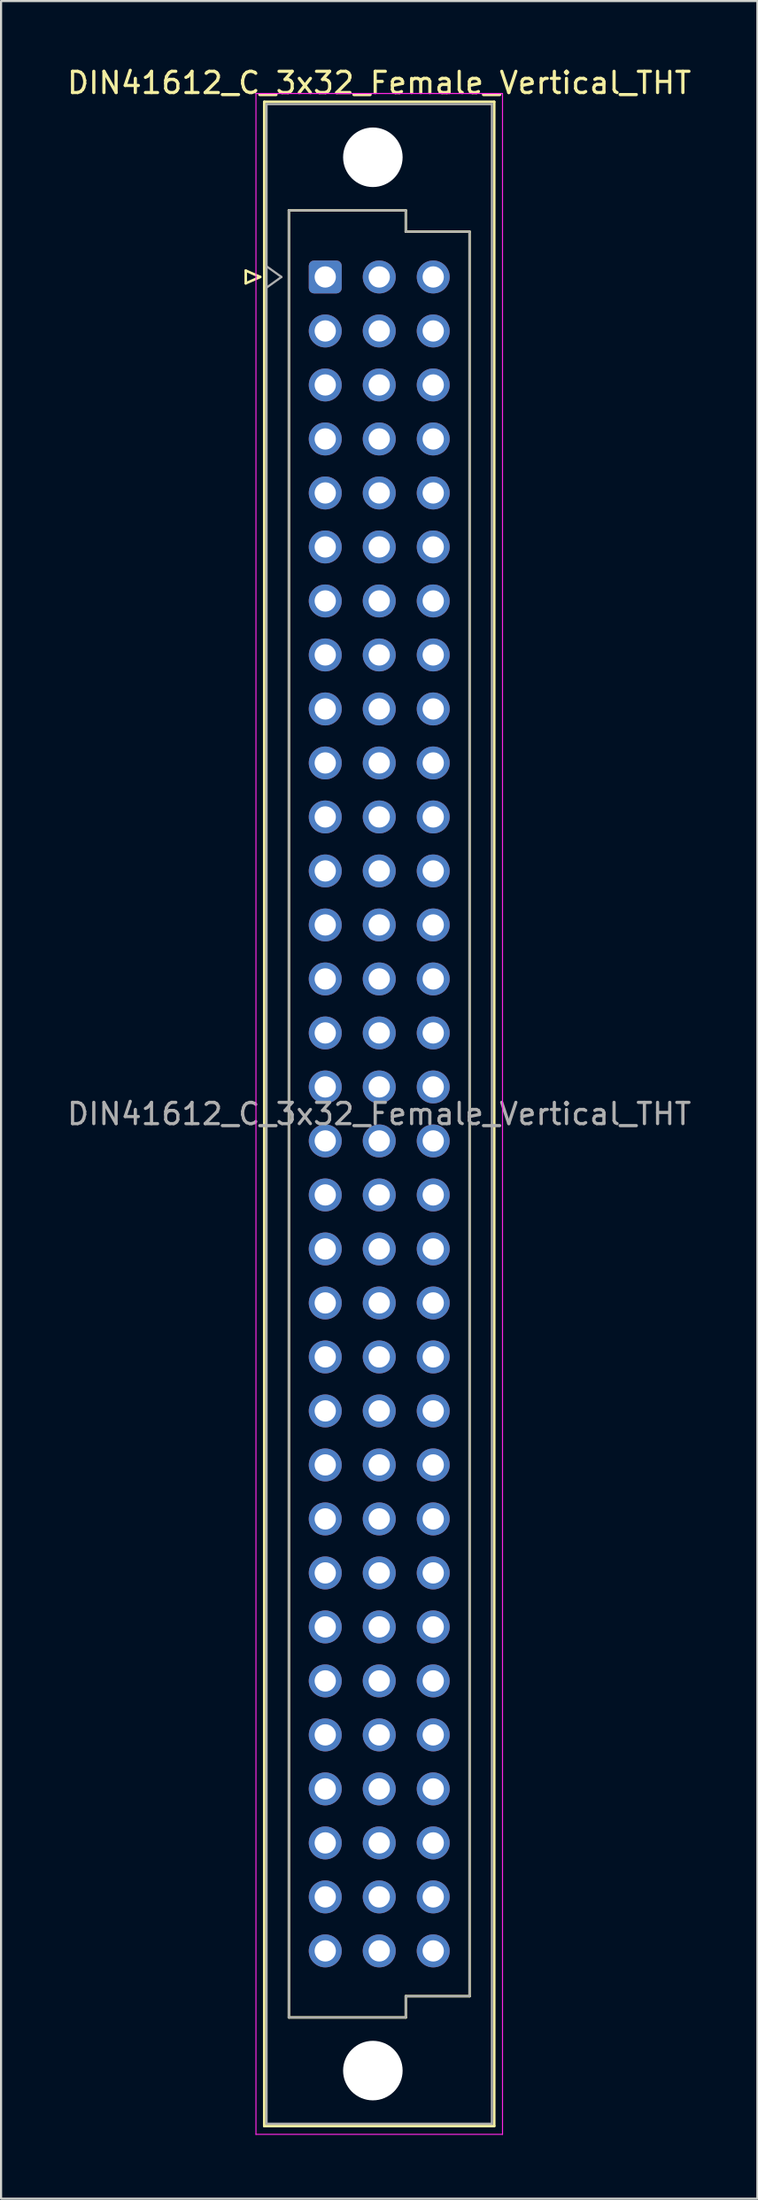
<source format=kicad_pcb>
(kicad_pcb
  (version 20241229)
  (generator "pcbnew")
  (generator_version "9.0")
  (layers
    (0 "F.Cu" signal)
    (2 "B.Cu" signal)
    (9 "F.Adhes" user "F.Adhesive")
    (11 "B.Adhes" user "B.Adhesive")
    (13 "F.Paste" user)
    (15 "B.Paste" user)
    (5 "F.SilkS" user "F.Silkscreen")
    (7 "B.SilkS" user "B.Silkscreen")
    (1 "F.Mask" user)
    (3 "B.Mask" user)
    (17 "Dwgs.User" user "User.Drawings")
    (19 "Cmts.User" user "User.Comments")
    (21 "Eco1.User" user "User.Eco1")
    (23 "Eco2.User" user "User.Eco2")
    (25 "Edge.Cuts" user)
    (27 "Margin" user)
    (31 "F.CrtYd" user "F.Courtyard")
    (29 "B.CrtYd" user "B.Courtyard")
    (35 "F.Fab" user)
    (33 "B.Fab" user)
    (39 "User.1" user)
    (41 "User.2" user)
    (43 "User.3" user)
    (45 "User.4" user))
  (footprint "DIN41612_C_3x32_Female_Vertical_THT"
    (layer "F.Cu")
    (at 12.252 9.978)
    (property "Reference" "DIN41612_C_3x32_Female_Vertical_THT" (at 2.54 -9.13 0) (layer "F.SilkS") (effects (font (size 1 1) (thickness 0.15))))
    (attr through_hole)
    (fp_line (start -3.74 -0.3) (end -3.74 0.3) (stroke (width 0.12) (type solid)) (layer "F.SilkS"))
    (fp_line (start -3.74 0.3) (end -3.06 0) (stroke (width 0.12) (type solid)) (layer "F.SilkS"))
    (fp_line (start -3.06 0) (end -3.74 -0.3) (stroke (width 0.12) (type solid)) (layer "F.SilkS"))
    (fp_line (start -2.87 -8.24) (end 7.95 -8.24) (stroke (width 0.12) (type solid)) (layer "F.SilkS"))
    (fp_line (start -2.87 86.98) (end -2.87 -8.24) (stroke (width 0.12) (type solid)) (layer "F.SilkS"))
    (fp_line (start -1.71 -3.131) (end 3.79 -3.131) (stroke (width 0.12) (type solid)) (layer "F.SilkS"))
    (fp_line (start -1.71 81.87) (end -1.71 -3.131) (stroke (width 0.12) (type solid)) (layer "F.SilkS"))
    (fp_line (start 3.79 -3.131) (end 3.79 -2.131) (stroke (width 0.12) (type solid)) (layer "F.SilkS"))
    (fp_line (start 3.79 -2.131) (end 6.79 -2.131) (stroke (width 0.12) (type solid)) (layer "F.SilkS"))
    (fp_line (start 3.79 80.87) (end 3.79 81.87) (stroke (width 0.12) (type solid)) (layer "F.SilkS"))
    (fp_line (start 3.79 81.87) (end -1.71 81.87) (stroke (width 0.12) (type solid)) (layer "F.SilkS"))
    (fp_line (start 6.79 -2.131) (end 6.79 80.87) (stroke (width 0.12) (type solid)) (layer "F.SilkS"))
    (fp_line (start 6.79 80.87) (end 3.79 80.87) (stroke (width 0.12) (type solid)) (layer "F.SilkS"))
    (fp_line (start 7.95 -8.24) (end 7.95 86.98) (stroke (width 0.12) (type solid)) (layer "F.SilkS"))
    (fp_line (start 7.95 86.98) (end -2.87 86.98) (stroke (width 0.12) (type solid)) (layer "F.SilkS"))
    (fp_line (start -3.26 -8.63) (end 8.34 -8.63) (stroke (width 0.05) (type solid)) (layer "F.CrtYd"))
    (fp_line (start -3.26 87.37) (end -3.26 -8.63) (stroke (width 0.05) (type solid)) (layer "F.CrtYd"))
    (fp_line (start 8.34 -8.63) (end 8.34 87.37) (stroke (width 0.05) (type solid)) (layer "F.CrtYd"))
    (fp_line (start 8.34 87.37) (end -3.26 87.37) (stroke (width 0.05) (type solid)) (layer "F.CrtYd"))
    (fp_line (start -2.76 -8.13) (end 7.84 -8.13) (stroke (width 0.1) (type solid)) (layer "F.Fab"))
    (fp_line (start -2.76 -0.5) (end -2.06 0) (stroke (width 0.1) (type solid)) (layer "F.Fab"))
    (fp_line (start -2.76 86.87) (end -2.76 -8.13) (stroke (width 0.1) (type solid)) (layer "F.Fab"))
    (fp_line (start -2.06 0) (end -2.76 0.5) (stroke (width 0.1) (type solid)) (layer "F.Fab"))
    (fp_line (start -1.71 -3.13) (end 3.79 -3.13) (stroke (width 0.1) (type solid)) (layer "F.Fab"))
    (fp_line (start -1.71 81.87) (end -1.71 -3.13) (stroke (width 0.1) (type solid)) (layer "F.Fab"))
    (fp_line (start 3.79 -3.13) (end 3.79 -2.13) (stroke (width 0.1) (type solid)) (layer "F.Fab"))
    (fp_line (start 3.79 -2.13) (end 6.79 -2.13) (stroke (width 0.1) (type solid)) (layer "F.Fab"))
    (fp_line (start 3.79 80.87) (end 3.79 81.87) (stroke (width 0.1) (type solid)) (layer "F.Fab"))
    (fp_line (start 3.79 81.87) (end -1.71 81.87) (stroke (width 0.1) (type solid)) (layer "F.Fab"))
    (fp_line (start 6.79 -2.13) (end 6.79 80.87) (stroke (width 0.1) (type solid)) (layer "F.Fab"))
    (fp_line (start 6.79 80.87) (end 3.79 80.87) (stroke (width 0.1) (type solid)) (layer "F.Fab"))
    (fp_line (start 7.84 -8.13) (end 7.84 86.87) (stroke (width 0.1) (type solid)) (layer "F.Fab"))
    (fp_line (start 7.84 86.87) (end -2.76 86.87) (stroke (width 0.1) (type solid)) (layer "F.Fab"))
    (fp_text user "${REFERENCE}" (at 2.54 39.37 0) (layer "F.Fab") (effects (font (size 1 1) (thickness 0.15))))
    (pad "" np_thru_hole circle (at 2.24 -5.63) (size 2.8 2.8) (drill 2.8) (layers "*.Cu" "*.Mask"))
    (pad "" np_thru_hole circle (at 2.24 84.37) (size 2.8 2.8) (drill 2.8) (layers "*.Cu" "*.Mask"))
    (pad "a1" thru_hole roundrect (at 0 0) (size 1.55 1.55) (drill 1) (layers "*.Cu" "*.Mask") (roundrect_rratio 0.161))
    (pad "a2" thru_hole circle (at 0 2.54) (size 1.55 1.55) (drill 1) (layers "*.Cu" "*.Mask"))
    (pad "a3" thru_hole circle (at 0 5.08) (size 1.55 1.55) (drill 1) (layers "*.Cu" "*.Mask"))
    (pad "a4" thru_hole circle (at 0 7.62) (size 1.55 1.55) (drill 1) (layers "*.Cu" "*.Mask"))
    (pad "a5" thru_hole circle (at 0 10.16) (size 1.55 1.55) (drill 1) (layers "*.Cu" "*.Mask"))
    (pad "a6" thru_hole circle (at 0 12.7) (size 1.55 1.55) (drill 1) (layers "*.Cu" "*.Mask"))
    (pad "a7" thru_hole circle (at 0 15.24) (size 1.55 1.55) (drill 1) (layers "*.Cu" "*.Mask"))
    (pad "a8" thru_hole circle (at 0 17.78) (size 1.55 1.55) (drill 1) (layers "*.Cu" "*.Mask"))
    (pad "a9" thru_hole circle (at 0 20.32) (size 1.55 1.55) (drill 1) (layers "*.Cu" "*.Mask"))
    (pad "a10" thru_hole circle (at 0 22.86) (size 1.55 1.55) (drill 1) (layers "*.Cu" "*.Mask"))
    (pad "a11" thru_hole circle (at 0 25.4) (size 1.55 1.55) (drill 1) (layers "*.Cu" "*.Mask"))
    (pad "a12" thru_hole circle (at 0 27.94) (size 1.55 1.55) (drill 1) (layers "*.Cu" "*.Mask"))
    (pad "a13" thru_hole circle (at 0 30.48) (size 1.55 1.55) (drill 1) (layers "*.Cu" "*.Mask"))
    (pad "a14" thru_hole circle (at 0 33.02) (size 1.55 1.55) (drill 1) (layers "*.Cu" "*.Mask"))
    (pad "a15" thru_hole circle (at 0 35.56) (size 1.55 1.55) (drill 1) (layers "*.Cu" "*.Mask"))
    (pad "a16" thru_hole circle (at 0 38.1) (size 1.55 1.55) (drill 1) (layers "*.Cu" "*.Mask"))
    (pad "a17" thru_hole circle (at 0 40.64) (size 1.55 1.55) (drill 1) (layers "*.Cu" "*.Mask"))
    (pad "a18" thru_hole circle (at 0 43.18) (size 1.55 1.55) (drill 1) (layers "*.Cu" "*.Mask"))
    (pad "a19" thru_hole circle (at 0 45.72) (size 1.55 1.55) (drill 1) (layers "*.Cu" "*.Mask"))
    (pad "a20" thru_hole circle (at 0 48.26) (size 1.55 1.55) (drill 1) (layers "*.Cu" "*.Mask"))
    (pad "a21" thru_hole circle (at 0 50.8) (size 1.55 1.55) (drill 1) (layers "*.Cu" "*.Mask"))
    (pad "a22" thru_hole circle (at 0 53.34) (size 1.55 1.55) (drill 1) (layers "*.Cu" "*.Mask"))
    (pad "a23" thru_hole circle (at 0 55.88) (size 1.55 1.55) (drill 1) (layers "*.Cu" "*.Mask"))
    (pad "a24" thru_hole circle (at 0 58.42) (size 1.55 1.55) (drill 1) (layers "*.Cu" "*.Mask"))
    (pad "a25" thru_hole circle (at 0 60.96) (size 1.55 1.55) (drill 1) (layers "*.Cu" "*.Mask"))
    (pad "a26" thru_hole circle (at 0 63.5) (size 1.55 1.55) (drill 1) (layers "*.Cu" "*.Mask"))
    (pad "a27" thru_hole circle (at 0 66.04) (size 1.55 1.55) (drill 1) (layers "*.Cu" "*.Mask"))
    (pad "a28" thru_hole circle (at 0 68.58) (size 1.55 1.55) (drill 1) (layers "*.Cu" "*.Mask"))
    (pad "a29" thru_hole circle (at 0 71.12) (size 1.55 1.55) (drill 1) (layers "*.Cu" "*.Mask"))
    (pad "a30" thru_hole circle (at 0 73.66) (size 1.55 1.55) (drill 1) (layers "*.Cu" "*.Mask"))
    (pad "a31" thru_hole circle (at 0 76.2) (size 1.55 1.55) (drill 1) (layers "*.Cu" "*.Mask"))
    (pad "a32" thru_hole circle (at 0 78.74) (size 1.55 1.55) (drill 1) (layers "*.Cu" "*.Mask"))
    (pad "b1" thru_hole circle (at 2.54 0) (size 1.55 1.55) (drill 1) (layers "*.Cu" "*.Mask"))
    (pad "b2" thru_hole circle (at 2.54 2.54) (size 1.55 1.55) (drill 1) (layers "*.Cu" "*.Mask"))
    (pad "b3" thru_hole circle (at 2.54 5.08) (size 1.55 1.55) (drill 1) (layers "*.Cu" "*.Mask"))
    (pad "b4" thru_hole circle (at 2.54 7.62) (size 1.55 1.55) (drill 1) (layers "*.Cu" "*.Mask"))
    (pad "b5" thru_hole circle (at 2.54 10.16) (size 1.55 1.55) (drill 1) (layers "*.Cu" "*.Mask"))
    (pad "b6" thru_hole circle (at 2.54 12.7) (size 1.55 1.55) (drill 1) (layers "*.Cu" "*.Mask"))
    (pad "b7" thru_hole circle (at 2.54 15.24) (size 1.55 1.55) (drill 1) (layers "*.Cu" "*.Mask"))
    (pad "b8" thru_hole circle (at 2.54 17.78) (size 1.55 1.55) (drill 1) (layers "*.Cu" "*.Mask"))
    (pad "b9" thru_hole circle (at 2.54 20.32) (size 1.55 1.55) (drill 1) (layers "*.Cu" "*.Mask"))
    (pad "b10" thru_hole circle (at 2.54 22.86) (size 1.55 1.55) (drill 1) (layers "*.Cu" "*.Mask"))
    (pad "b11" thru_hole circle (at 2.54 25.4) (size 1.55 1.55) (drill 1) (layers "*.Cu" "*.Mask"))
    (pad "b12" thru_hole circle (at 2.54 27.94) (size 1.55 1.55) (drill 1) (layers "*.Cu" "*.Mask"))
    (pad "b13" thru_hole circle (at 2.54 30.48) (size 1.55 1.55) (drill 1) (layers "*.Cu" "*.Mask"))
    (pad "b14" thru_hole circle (at 2.54 33.02) (size 1.55 1.55) (drill 1) (layers "*.Cu" "*.Mask"))
    (pad "b15" thru_hole circle (at 2.54 35.56) (size 1.55 1.55) (drill 1) (layers "*.Cu" "*.Mask"))
    (pad "b16" thru_hole circle (at 2.54 38.1) (size 1.55 1.55) (drill 1) (layers "*.Cu" "*.Mask"))
    (pad "b17" thru_hole circle (at 2.54 40.64) (size 1.55 1.55) (drill 1) (layers "*.Cu" "*.Mask"))
    (pad "b18" thru_hole circle (at 2.54 43.18) (size 1.55 1.55) (drill 1) (layers "*.Cu" "*.Mask"))
    (pad "b19" thru_hole circle (at 2.54 45.72) (size 1.55 1.55) (drill 1) (layers "*.Cu" "*.Mask"))
    (pad "b20" thru_hole circle (at 2.54 48.26) (size 1.55 1.55) (drill 1) (layers "*.Cu" "*.Mask"))
    (pad "b21" thru_hole circle (at 2.54 50.8) (size 1.55 1.55) (drill 1) (layers "*.Cu" "*.Mask"))
    (pad "b22" thru_hole circle (at 2.54 53.34) (size 1.55 1.55) (drill 1) (layers "*.Cu" "*.Mask"))
    (pad "b23" thru_hole circle (at 2.54 55.88) (size 1.55 1.55) (drill 1) (layers "*.Cu" "*.Mask"))
    (pad "b24" thru_hole circle (at 2.54 58.42) (size 1.55 1.55) (drill 1) (layers "*.Cu" "*.Mask"))
    (pad "b25" thru_hole circle (at 2.54 60.96) (size 1.55 1.55) (drill 1) (layers "*.Cu" "*.Mask"))
    (pad "b26" thru_hole circle (at 2.54 63.5) (size 1.55 1.55) (drill 1) (layers "*.Cu" "*.Mask"))
    (pad "b27" thru_hole circle (at 2.54 66.04) (size 1.55 1.55) (drill 1) (layers "*.Cu" "*.Mask"))
    (pad "b28" thru_hole circle (at 2.54 68.58) (size 1.55 1.55) (drill 1) (layers "*.Cu" "*.Mask"))
    (pad "b29" thru_hole circle (at 2.54 71.12) (size 1.55 1.55) (drill 1) (layers "*.Cu" "*.Mask"))
    (pad "b30" thru_hole circle (at 2.54 73.66) (size 1.55 1.55) (drill 1) (layers "*.Cu" "*.Mask"))
    (pad "b31" thru_hole circle (at 2.54 76.2) (size 1.55 1.55) (drill 1) (layers "*.Cu" "*.Mask"))
    (pad "b32" thru_hole circle (at 2.54 78.74) (size 1.55 1.55) (drill 1) (layers "*.Cu" "*.Mask"))
    (pad "c1" thru_hole circle (at 5.08 0) (size 1.55 1.55) (drill 1) (layers "*.Cu" "*.Mask"))
    (pad "c2" thru_hole circle (at 5.08 2.54) (size 1.55 1.55) (drill 1) (layers "*.Cu" "*.Mask"))
    (pad "c3" thru_hole circle (at 5.08 5.08) (size 1.55 1.55) (drill 1) (layers "*.Cu" "*.Mask"))
    (pad "c4" thru_hole circle (at 5.08 7.62) (size 1.55 1.55) (drill 1) (layers "*.Cu" "*.Mask"))
    (pad "c5" thru_hole circle (at 5.08 10.16) (size 1.55 1.55) (drill 1) (layers "*.Cu" "*.Mask"))
    (pad "c6" thru_hole circle (at 5.08 12.7) (size 1.55 1.55) (drill 1) (layers "*.Cu" "*.Mask"))
    (pad "c7" thru_hole circle (at 5.08 15.24) (size 1.55 1.55) (drill 1) (layers "*.Cu" "*.Mask"))
    (pad "c8" thru_hole circle (at 5.08 17.78) (size 1.55 1.55) (drill 1) (layers "*.Cu" "*.Mask"))
    (pad "c9" thru_hole circle (at 5.08 20.32) (size 1.55 1.55) (drill 1) (layers "*.Cu" "*.Mask"))
    (pad "c10" thru_hole circle (at 5.08 22.86) (size 1.55 1.55) (drill 1) (layers "*.Cu" "*.Mask"))
    (pad "c11" thru_hole circle (at 5.08 25.4) (size 1.55 1.55) (drill 1) (layers "*.Cu" "*.Mask"))
    (pad "c12" thru_hole circle (at 5.08 27.94) (size 1.55 1.55) (drill 1) (layers "*.Cu" "*.Mask"))
    (pad "c13" thru_hole circle (at 5.08 30.48) (size 1.55 1.55) (drill 1) (layers "*.Cu" "*.Mask"))
    (pad "c14" thru_hole circle (at 5.08 33.02) (size 1.55 1.55) (drill 1) (layers "*.Cu" "*.Mask"))
    (pad "c15" thru_hole circle (at 5.08 35.56) (size 1.55 1.55) (drill 1) (layers "*.Cu" "*.Mask"))
    (pad "c16" thru_hole circle (at 5.08 38.1) (size 1.55 1.55) (drill 1) (layers "*.Cu" "*.Mask"))
    (pad "c17" thru_hole circle (at 5.08 40.64) (size 1.55 1.55) (drill 1) (layers "*.Cu" "*.Mask"))
    (pad "c18" thru_hole circle (at 5.08 43.18) (size 1.55 1.55) (drill 1) (layers "*.Cu" "*.Mask"))
    (pad "c19" thru_hole circle (at 5.08 45.72) (size 1.55 1.55) (drill 1) (layers "*.Cu" "*.Mask"))
    (pad "c20" thru_hole circle (at 5.08 48.26) (size 1.55 1.55) (drill 1) (layers "*.Cu" "*.Mask"))
    (pad "c21" thru_hole circle (at 5.08 50.8) (size 1.55 1.55) (drill 1) (layers "*.Cu" "*.Mask"))
    (pad "c22" thru_hole circle (at 5.08 53.34) (size 1.55 1.55) (drill 1) (layers "*.Cu" "*.Mask"))
    (pad "c23" thru_hole circle (at 5.08 55.88) (size 1.55 1.55) (drill 1) (layers "*.Cu" "*.Mask"))
    (pad "c24" thru_hole circle (at 5.08 58.42) (size 1.55 1.55) (drill 1) (layers "*.Cu" "*.Mask"))
    (pad "c25" thru_hole circle (at 5.08 60.96) (size 1.55 1.55) (drill 1) (layers "*.Cu" "*.Mask"))
    (pad "c26" thru_hole circle (at 5.08 63.5) (size 1.55 1.55) (drill 1) (layers "*.Cu" "*.Mask"))
    (pad "c27" thru_hole circle (at 5.08 66.04) (size 1.55 1.55) (drill 1) (layers "*.Cu" "*.Mask"))
    (pad "c28" thru_hole circle (at 5.08 68.58) (size 1.55 1.55) (drill 1) (layers "*.Cu" "*.Mask"))
    (pad "c29" thru_hole circle (at 5.08 71.12) (size 1.55 1.55) (drill 1) (layers "*.Cu" "*.Mask"))
    (pad "c30" thru_hole circle (at 5.08 73.66) (size 1.55 1.55) (drill 1) (layers "*.Cu" "*.Mask"))
    (pad "c31" thru_hole circle (at 5.08 76.2) (size 1.55 1.55) (drill 1) (layers "*.Cu" "*.Mask"))
    (pad "c32" thru_hole circle (at 5.08 78.74) (size 1.55 1.55) (drill 1) (layers "*.Cu" "*.Mask")))
  (gr_rect
    (start -3 -3)
    (end 32.583 100.373)
    (stroke (width 0.1) (type default))
    (fill no)
    (layer "Edge.Cuts")))
</source>
